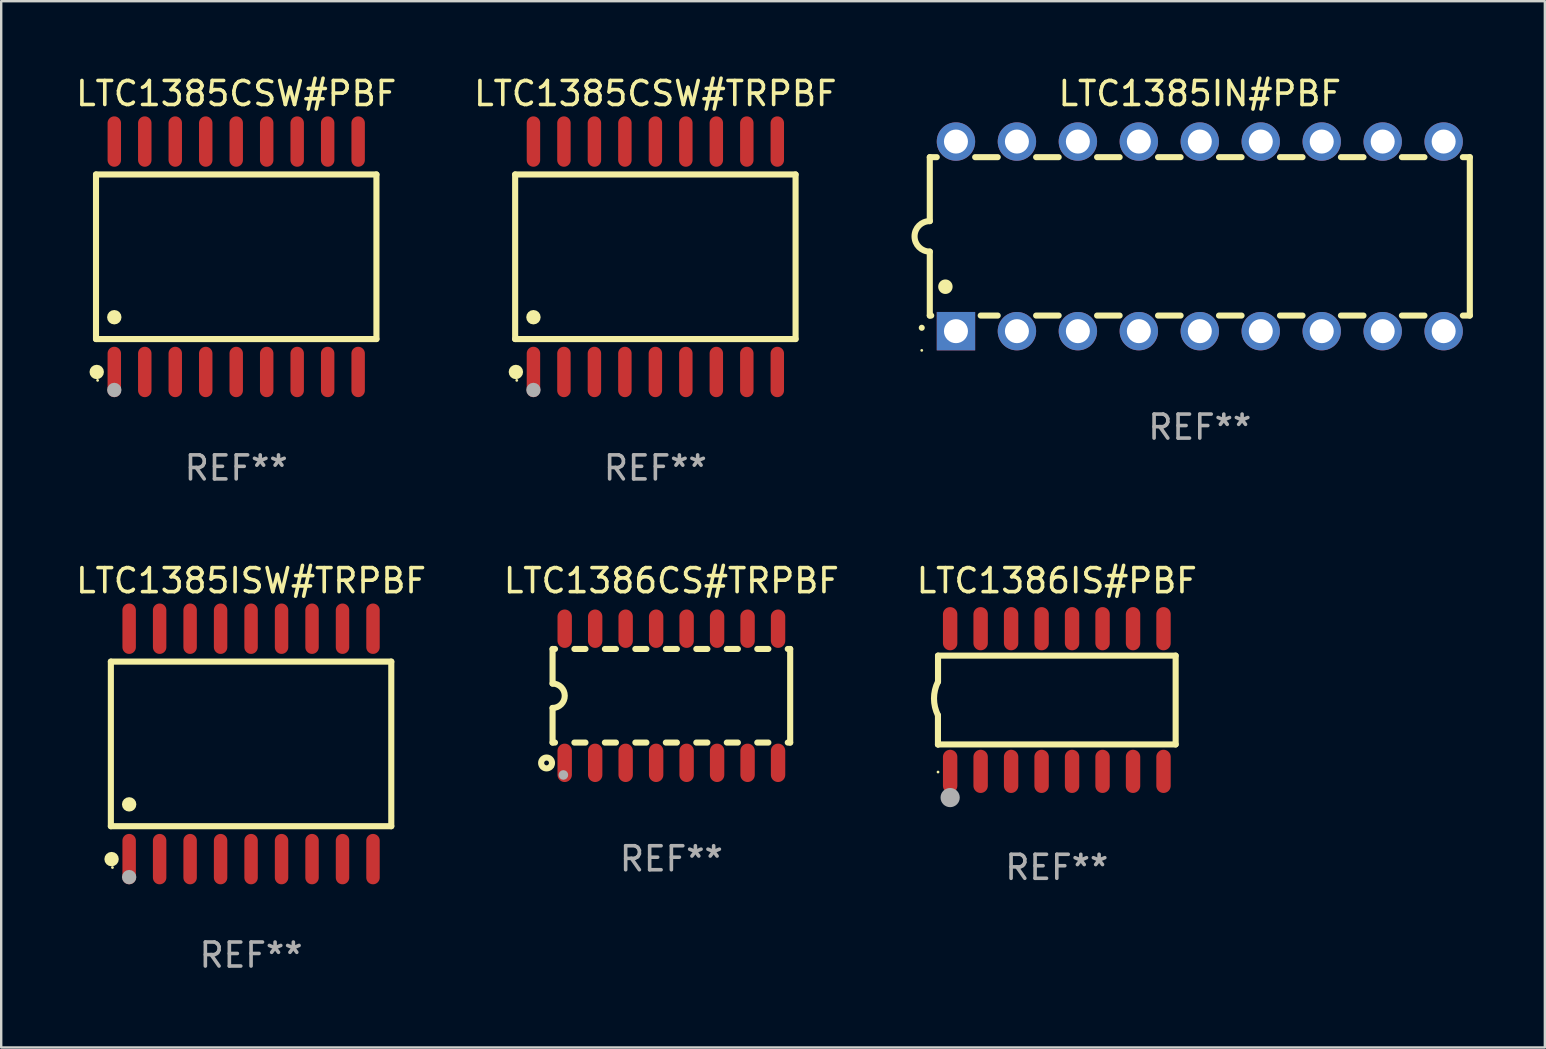
<source format=kicad_pcb>
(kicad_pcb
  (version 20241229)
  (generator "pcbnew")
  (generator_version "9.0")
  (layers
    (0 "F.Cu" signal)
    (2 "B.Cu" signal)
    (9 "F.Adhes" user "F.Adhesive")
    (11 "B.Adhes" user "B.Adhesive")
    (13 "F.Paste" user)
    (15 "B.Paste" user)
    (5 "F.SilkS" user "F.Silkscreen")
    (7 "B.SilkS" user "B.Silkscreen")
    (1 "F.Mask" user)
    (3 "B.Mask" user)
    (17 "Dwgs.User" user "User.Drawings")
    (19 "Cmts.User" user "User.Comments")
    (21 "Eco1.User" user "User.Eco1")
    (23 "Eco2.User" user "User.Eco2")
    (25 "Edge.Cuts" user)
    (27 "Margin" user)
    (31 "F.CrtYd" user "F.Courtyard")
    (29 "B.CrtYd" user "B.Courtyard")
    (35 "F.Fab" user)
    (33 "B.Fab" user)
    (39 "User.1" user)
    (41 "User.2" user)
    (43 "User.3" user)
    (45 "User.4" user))
  (footprint "LTC1386CS#TRPBF"
    (layer "F.Cu")
    (at 24.923 25.939)
    (property "Reference" "LTC1386CS#TRPBF" (at 0 -4.794 0) (layer "F.SilkS") (effects (font (size 1 1) (thickness 0.15))))
    (attr through_hole)
    (fp_line (start -4.95 -1.95) (end -4.95 -0.508) (stroke (width 0.254) (type solid)) (layer "F.SilkS"))
    (fp_line (start -4.95 -1.95) (end -4.849 -1.95) (stroke (width 0.254) (type solid)) (layer "F.SilkS"))
    (fp_line (start -4.95 1.95) (end -4.95 0.508) (stroke (width 0.254) (type solid)) (layer "F.SilkS"))
    (fp_line (start -4.95 1.95) (end -4.849 1.95) (stroke (width 0.254) (type solid)) (layer "F.SilkS"))
    (fp_line (start -4.041 -1.95) (end -3.579 -1.95) (stroke (width 0.254) (type solid)) (layer "F.SilkS"))
    (fp_line (start -4.041 1.95) (end -3.579 1.95) (stroke (width 0.254) (type solid)) (layer "F.SilkS"))
    (fp_line (start -2.771 -1.95) (end -2.309 -1.95) (stroke (width 0.254) (type solid)) (layer "F.SilkS"))
    (fp_line (start -2.771 1.95) (end -2.309 1.95) (stroke (width 0.254) (type solid)) (layer "F.SilkS"))
    (fp_line (start -1.501 -1.95) (end -1.039 -1.95) (stroke (width 0.254) (type solid)) (layer "F.SilkS"))
    (fp_line (start -1.501 1.95) (end -1.039 1.95) (stroke (width 0.254) (type solid)) (layer "F.SilkS"))
    (fp_line (start -0.231 -1.95) (end 0.231 -1.95) (stroke (width 0.254) (type solid)) (layer "F.SilkS"))
    (fp_line (start -0.231 1.95) (end 0.231 1.95) (stroke (width 0.254) (type solid)) (layer "F.SilkS"))
    (fp_line (start 1.039 -1.95) (end 1.501 -1.95) (stroke (width 0.254) (type solid)) (layer "F.SilkS"))
    (fp_line (start 1.039 1.95) (end 1.501 1.95) (stroke (width 0.254) (type solid)) (layer "F.SilkS"))
    (fp_line (start 2.309 -1.95) (end 2.771 -1.95) (stroke (width 0.254) (type solid)) (layer "F.SilkS"))
    (fp_line (start 2.309 1.95) (end 2.771 1.95) (stroke (width 0.254) (type solid)) (layer "F.SilkS"))
    (fp_line (start 3.579 -1.95) (end 4.041 -1.95) (stroke (width 0.254) (type solid)) (layer "F.SilkS"))
    (fp_line (start 3.579 1.95) (end 4.041 1.95) (stroke (width 0.254) (type solid)) (layer "F.SilkS"))
    (fp_line (start 4.849 -1.95) (end 4.95 -1.95) (stroke (width 0.254) (type solid)) (layer "F.SilkS"))
    (fp_line (start 4.849 1.95) (end 4.95 1.95) (stroke (width 0.254) (type solid)) (layer "F.SilkS"))
    (fp_line (start 4.95 -1.95) (end 4.95 1.95) (stroke (width 0.254) (type solid)) (layer "F.SilkS"))
    (fp_arc (start -4.95047 -0.508001) (mid -4.442469 -0.000228) (end -4.950013 0.508001) (stroke (width 0.254001) (type solid)) (layer "F.SilkS"))
    (fp_circle (center -5.2 2.8) (end -5.1 2.8) (stroke (width 0.254) (type solid)) (fill no) (layer "F.SilkS"))
    (fp_circle (center -4.95 2.947) (end -4.92 2.947) (stroke (width 0.06) (type solid)) (fill no) (layer "F.SilkS"))
    (fp_circle (center -4.5 3.3) (end -4.4 3.3) (stroke (width 0.2) (type solid)) (fill no) (layer "F.Fab"))
    (fp_text user "REF**" (at 0 6.794 0) (layer "F.Fab") (effects (font (size 1 1) (thickness 0.15))))
    (pad "1" smd oval (at -4.445 2.794) (size 0.6 1.6) (layers "F.Cu" "F.Mask" "F.Paste"))
    (pad "2" smd oval (at -3.175 2.794) (size 0.6 1.6) (layers "F.Cu" "F.Mask" "F.Paste"))
    (pad "3" smd oval (at -1.905 2.794) (size 0.6 1.6) (layers "F.Cu" "F.Mask" "F.Paste"))
    (pad "4" smd oval (at -0.635 2.794) (size 0.6 1.6) (layers "F.Cu" "F.Mask" "F.Paste"))
    (pad "5" smd oval (at 0.635 2.794) (size 0.6 1.6) (layers "F.Cu" "F.Mask" "F.Paste"))
    (pad "6" smd oval (at 1.905 2.794) (size 0.6 1.6) (layers "F.Cu" "F.Mask" "F.Paste"))
    (pad "7" smd oval (at 3.175 2.794) (size 0.6 1.6) (layers "F.Cu" "F.Mask" "F.Paste"))
    (pad "8" smd oval (at 4.445 2.794) (size 0.6 1.6) (layers "F.Cu" "F.Mask" "F.Paste"))
    (pad "9" smd oval (at 4.445 -2.794) (size 0.6 1.6) (layers "F.Cu" "F.Mask" "F.Paste"))
    (pad "10" smd oval (at 3.175 -2.794) (size 0.6 1.6) (layers "F.Cu" "F.Mask" "F.Paste"))
    (pad "11" smd oval (at 1.905 -2.794) (size 0.6 1.6) (layers "F.Cu" "F.Mask" "F.Paste"))
    (pad "12" smd oval (at 0.635 -2.794) (size 0.6 1.6) (layers "F.Cu" "F.Mask" "F.Paste"))
    (pad "13" smd oval (at -0.635 -2.794) (size 0.6 1.6) (layers "F.Cu" "F.Mask" "F.Paste"))
    (pad "14" smd oval (at -1.905 -2.794) (size 0.6 1.6) (layers "F.Cu" "F.Mask" "F.Paste"))
    (pad "15" smd oval (at -3.175 -2.794) (size 0.6 1.6) (layers "F.Cu" "F.Mask" "F.Paste"))
    (pad "16" smd oval (at -4.445 -2.794) (size 0.6 1.6) (layers "F.Cu" "F.Mask" "F.Paste")))
  (footprint "LTC1385ISW#TRPBF"
    (layer "F.Cu")
    (at 7.411 27.945)
    (property "Reference" "LTC1385ISW#TRPBF" (at 0 -6.8 0) (layer "F.SilkS") (effects (font (size 1 1) (thickness 0.15))))
    (attr through_hole)
    (fp_line (start -5.842 -3.429) (end -5.842 3.429) (stroke (width 0.254) (type solid)) (layer "F.SilkS"))
    (fp_line (start -5.842 3.429) (end 5.842 3.429) (stroke (width 0.254) (type solid)) (layer "F.SilkS"))
    (fp_line (start 5.842 -3.429) (end -5.842 -3.429) (stroke (width 0.254) (type solid)) (layer "F.SilkS"))
    (fp_line (start 5.842 3.429) (end 5.842 -3.429) (stroke (width 0.254) (type solid)) (layer "F.SilkS"))
    (fp_circle (center -5.812 4.8) (end -5.662 4.8) (stroke (width 0.3) (type solid)) (fill no) (layer "F.SilkS"))
    (fp_circle (center -5.775 5.15) (end -5.745 5.15) (stroke (width 0.06) (type solid)) (fill no) (layer "F.SilkS"))
    (fp_circle (center -5.08 2.519) (end -4.93 2.519) (stroke (width 0.3) (type solid)) (fill no) (layer "F.SilkS"))
    (fp_circle (center -5.08 5.55) (end -4.93 5.55) (stroke (width 0.3) (type solid)) (fill no) (layer "F.Fab"))
    (fp_text user "REF**" (at 0 8.8 0) (layer "F.Fab") (effects (font (size 1 1) (thickness 0.15))))
    (pad "1" smd oval (at -5.08 4.8) (size 0.56 2.1) (layers "F.Cu" "F.Mask" "F.Paste"))
    (pad "2" smd oval (at -3.81 4.8) (size 0.56 2.1) (layers "F.Cu" "F.Mask" "F.Paste"))
    (pad "3" smd oval (at -2.54 4.8) (size 0.56 2.1) (layers "F.Cu" "F.Mask" "F.Paste"))
    (pad "4" smd oval (at -1.27 4.8) (size 0.56 2.1) (layers "F.Cu" "F.Mask" "F.Paste"))
    (pad "5" smd oval (at 0 4.8) (size 0.56 2.1) (layers "F.Cu" "F.Mask" "F.Paste"))
    (pad "6" smd oval (at 1.27 4.8) (size 0.56 2.1) (layers "F.Cu" "F.Mask" "F.Paste"))
    (pad "7" smd oval (at 2.54 4.8) (size 0.56 2.1) (layers "F.Cu" "F.Mask" "F.Paste"))
    (pad "8" smd oval (at 3.81 4.8) (size 0.56 2.1) (layers "F.Cu" "F.Mask" "F.Paste"))
    (pad "9" smd oval (at 5.08 4.8) (size 0.56 2.1) (layers "F.Cu" "F.Mask" "F.Paste"))
    (pad "10" smd oval (at 5.08 -4.8) (size 0.56 2.1) (layers "F.Cu" "F.Mask" "F.Paste"))
    (pad "11" smd oval (at 3.81 -4.8) (size 0.56 2.1) (layers "F.Cu" "F.Mask" "F.Paste"))
    (pad "12" smd oval (at 2.54 -4.8) (size 0.56 2.1) (layers "F.Cu" "F.Mask" "F.Paste"))
    (pad "13" smd oval (at 1.27 -4.8) (size 0.56 2.1) (layers "F.Cu" "F.Mask" "F.Paste"))
    (pad "14" smd oval (at 0 -4.8) (size 0.56 2.1) (layers "F.Cu" "F.Mask" "F.Paste"))
    (pad "15" smd oval (at -1.27 -4.8) (size 0.56 2.1) (layers "F.Cu" "F.Mask" "F.Paste"))
    (pad "16" smd oval (at -2.54 -4.8) (size 0.56 2.1) (layers "F.Cu" "F.Mask" "F.Paste"))
    (pad "17" smd oval (at -3.81 -4.8) (size 0.56 2.1) (layers "F.Cu" "F.Mask" "F.Paste"))
    (pad "18" smd oval (at -5.08 -4.8) (size 0.56 2.1) (layers "F.Cu" "F.Mask" "F.Paste")))
  (footprint "LTC1385CSW#TRPBF"
    (layer "F.Cu")
    (at 24.256 7.648)
    (property "Reference" "LTC1385CSW#TRPBF" (at 0 -6.8 0) (layer "F.SilkS") (effects (font (size 1 1) (thickness 0.15))))
    (attr through_hole)
    (fp_line (start -5.842 -3.429) (end -5.842 3.429) (stroke (width 0.254) (type solid)) (layer "F.SilkS"))
    (fp_line (start -5.842 3.429) (end 5.842 3.429) (stroke (width 0.254) (type solid)) (layer "F.SilkS"))
    (fp_line (start 5.842 -3.429) (end -5.842 -3.429) (stroke (width 0.254) (type solid)) (layer "F.SilkS"))
    (fp_line (start 5.842 3.429) (end 5.842 -3.429) (stroke (width 0.254) (type solid)) (layer "F.SilkS"))
    (fp_circle (center -5.812 4.8) (end -5.662 4.8) (stroke (width 0.3) (type solid)) (fill no) (layer "F.SilkS"))
    (fp_circle (center -5.775 5.15) (end -5.745 5.15) (stroke (width 0.06) (type solid)) (fill no) (layer "F.SilkS"))
    (fp_circle (center -5.08 2.519) (end -4.93 2.519) (stroke (width 0.3) (type solid)) (fill no) (layer "F.SilkS"))
    (fp_circle (center -5.08 5.55) (end -4.93 5.55) (stroke (width 0.3) (type solid)) (fill no) (layer "F.Fab"))
    (fp_text user "REF**" (at 0 8.8 0) (layer "F.Fab") (effects (font (size 1 1) (thickness 0.15))))
    (pad "1" smd oval (at -5.08 4.8) (size 0.56 2.1) (layers "F.Cu" "F.Mask" "F.Paste"))
    (pad "2" smd oval (at -3.81 4.8) (size 0.56 2.1) (layers "F.Cu" "F.Mask" "F.Paste"))
    (pad "3" smd oval (at -2.54 4.8) (size 0.56 2.1) (layers "F.Cu" "F.Mask" "F.Paste"))
    (pad "4" smd oval (at -1.27 4.8) (size 0.56 2.1) (layers "F.Cu" "F.Mask" "F.Paste"))
    (pad "5" smd oval (at 0 4.8) (size 0.56 2.1) (layers "F.Cu" "F.Mask" "F.Paste"))
    (pad "6" smd oval (at 1.27 4.8) (size 0.56 2.1) (layers "F.Cu" "F.Mask" "F.Paste"))
    (pad "7" smd oval (at 2.54 4.8) (size 0.56 2.1) (layers "F.Cu" "F.Mask" "F.Paste"))
    (pad "8" smd oval (at 3.81 4.8) (size 0.56 2.1) (layers "F.Cu" "F.Mask" "F.Paste"))
    (pad "9" smd oval (at 5.08 4.8) (size 0.56 2.1) (layers "F.Cu" "F.Mask" "F.Paste"))
    (pad "10" smd oval (at 5.08 -4.8) (size 0.56 2.1) (layers "F.Cu" "F.Mask" "F.Paste"))
    (pad "11" smd oval (at 3.81 -4.8) (size 0.56 2.1) (layers "F.Cu" "F.Mask" "F.Paste"))
    (pad "12" smd oval (at 2.54 -4.8) (size 0.56 2.1) (layers "F.Cu" "F.Mask" "F.Paste"))
    (pad "13" smd oval (at 1.27 -4.8) (size 0.56 2.1) (layers "F.Cu" "F.Mask" "F.Paste"))
    (pad "14" smd oval (at 0 -4.8) (size 0.56 2.1) (layers "F.Cu" "F.Mask" "F.Paste"))
    (pad "15" smd oval (at -1.27 -4.8) (size 0.56 2.1) (layers "F.Cu" "F.Mask" "F.Paste"))
    (pad "16" smd oval (at -2.54 -4.8) (size 0.56 2.1) (layers "F.Cu" "F.Mask" "F.Paste"))
    (pad "17" smd oval (at -3.81 -4.8) (size 0.56 2.1) (layers "F.Cu" "F.Mask" "F.Paste"))
    (pad "18" smd oval (at -5.08 -4.8) (size 0.56 2.1) (layers "F.Cu" "F.Mask" "F.Paste")))
  (footprint "LTC1385CSW#PBF"
    (layer "F.Cu")
    (at 6.792 7.648)
    (property "Reference" "LTC1385CSW#PBF" (at 0 -6.8 0) (layer "F.SilkS") (effects (font (size 1 1) (thickness 0.15))))
    (attr through_hole)
    (fp_line (start -5.842 -3.429) (end -5.842 3.429) (stroke (width 0.254) (type solid)) (layer "F.SilkS"))
    (fp_line (start -5.842 3.429) (end 5.842 3.429) (stroke (width 0.254) (type solid)) (layer "F.SilkS"))
    (fp_line (start 5.842 -3.429) (end -5.842 -3.429) (stroke (width 0.254) (type solid)) (layer "F.SilkS"))
    (fp_line (start 5.842 3.429) (end 5.842 -3.429) (stroke (width 0.254) (type solid)) (layer "F.SilkS"))
    (fp_circle (center -5.812 4.8) (end -5.662 4.8) (stroke (width 0.3) (type solid)) (fill no) (layer "F.SilkS"))
    (fp_circle (center -5.775 5.15) (end -5.745 5.15) (stroke (width 0.06) (type solid)) (fill no) (layer "F.SilkS"))
    (fp_circle (center -5.08 2.519) (end -4.93 2.519) (stroke (width 0.3) (type solid)) (fill no) (layer "F.SilkS"))
    (fp_circle (center -5.08 5.55) (end -4.93 5.55) (stroke (width 0.3) (type solid)) (fill no) (layer "F.Fab"))
    (fp_text user "REF**" (at 0 8.8 0) (layer "F.Fab") (effects (font (size 1 1) (thickness 0.15))))
    (pad "1" smd oval (at -5.08 4.8) (size 0.56 2.1) (layers "F.Cu" "F.Mask" "F.Paste"))
    (pad "2" smd oval (at -3.81 4.8) (size 0.56 2.1) (layers "F.Cu" "F.Mask" "F.Paste"))
    (pad "3" smd oval (at -2.54 4.8) (size 0.56 2.1) (layers "F.Cu" "F.Mask" "F.Paste"))
    (pad "4" smd oval (at -1.27 4.8) (size 0.56 2.1) (layers "F.Cu" "F.Mask" "F.Paste"))
    (pad "5" smd oval (at 0 4.8) (size 0.56 2.1) (layers "F.Cu" "F.Mask" "F.Paste"))
    (pad "6" smd oval (at 1.27 4.8) (size 0.56 2.1) (layers "F.Cu" "F.Mask" "F.Paste"))
    (pad "7" smd oval (at 2.54 4.8) (size 0.56 2.1) (layers "F.Cu" "F.Mask" "F.Paste"))
    (pad "8" smd oval (at 3.81 4.8) (size 0.56 2.1) (layers "F.Cu" "F.Mask" "F.Paste"))
    (pad "9" smd oval (at 5.08 4.8) (size 0.56 2.1) (layers "F.Cu" "F.Mask" "F.Paste"))
    (pad "10" smd oval (at 5.08 -4.8) (size 0.56 2.1) (layers "F.Cu" "F.Mask" "F.Paste"))
    (pad "11" smd oval (at 3.81 -4.8) (size 0.56 2.1) (layers "F.Cu" "F.Mask" "F.Paste"))
    (pad "12" smd oval (at 2.54 -4.8) (size 0.56 2.1) (layers "F.Cu" "F.Mask" "F.Paste"))
    (pad "13" smd oval (at 1.27 -4.8) (size 0.56 2.1) (layers "F.Cu" "F.Mask" "F.Paste"))
    (pad "14" smd oval (at 0 -4.8) (size 0.56 2.1) (layers "F.Cu" "F.Mask" "F.Paste"))
    (pad "15" smd oval (at -1.27 -4.8) (size 0.56 2.1) (layers "F.Cu" "F.Mask" "F.Paste"))
    (pad "16" smd oval (at -2.54 -4.8) (size 0.56 2.1) (layers "F.Cu" "F.Mask" "F.Paste"))
    (pad "17" smd oval (at -3.81 -4.8) (size 0.56 2.1) (layers "F.Cu" "F.Mask" "F.Paste"))
    (pad "18" smd oval (at -5.08 -4.8) (size 0.56 2.1) (layers "F.Cu" "F.Mask" "F.Paste")))
  (footprint "LTC1385IN#PBF"
    (layer "F.Cu")
    (at 46.94 6.798)
    (property "Reference" "LTC1385IN#PBF" (at 0 -5.95 0) (layer "F.SilkS") (effects (font (size 1 1) (thickness 0.15))))
    (attr through_hole)
    (fp_line (start -11.25 -3.3) (end -11.25 -0.635) (stroke (width 0.254) (type solid)) (layer "F.SilkS"))
    (fp_line (start -11.25 -3.3) (end -10.96 -3.3) (stroke (width 0.254) (type solid)) (layer "F.SilkS"))
    (fp_line (start -11.25 3.3) (end -11.25 0.635) (stroke (width 0.254) (type solid)) (layer "F.SilkS"))
    (fp_line (start -11.25 3.3) (end -11.191 3.3) (stroke (width 0.254) (type solid)) (layer "F.SilkS"))
    (fp_line (start -9.36 -3.3) (end -8.42 -3.3) (stroke (width 0.254) (type solid)) (layer "F.SilkS"))
    (fp_line (start -9.129 3.3) (end -8.42 3.3) (stroke (width 0.254) (type solid)) (layer "F.SilkS"))
    (fp_line (start -6.82 -3.3) (end -5.88 -3.3) (stroke (width 0.254) (type solid)) (layer "F.SilkS"))
    (fp_line (start -6.82 3.3) (end -5.88 3.3) (stroke (width 0.254) (type solid)) (layer "F.SilkS"))
    (fp_line (start -4.28 -3.3) (end -3.34 -3.3) (stroke (width 0.254) (type solid)) (layer "F.SilkS"))
    (fp_line (start -4.28 3.3) (end -3.34 3.3) (stroke (width 0.254) (type solid)) (layer "F.SilkS"))
    (fp_line (start -1.74 -3.3) (end -0.8 -3.3) (stroke (width 0.254) (type solid)) (layer "F.SilkS"))
    (fp_line (start -1.74 3.3) (end -0.8 3.3) (stroke (width 0.254) (type solid)) (layer "F.SilkS"))
    (fp_line (start 0.8 -3.3) (end 1.74 -3.3) (stroke (width 0.254) (type solid)) (layer "F.SilkS"))
    (fp_line (start 0.8 3.3) (end 1.74 3.3) (stroke (width 0.254) (type solid)) (layer "F.SilkS"))
    (fp_line (start 3.34 -3.3) (end 4.28 -3.3) (stroke (width 0.254) (type solid)) (layer "F.SilkS"))
    (fp_line (start 3.34 3.3) (end 4.28 3.3) (stroke (width 0.254) (type solid)) (layer "F.SilkS"))
    (fp_line (start 5.88 -3.3) (end 6.82 -3.3) (stroke (width 0.254) (type solid)) (layer "F.SilkS"))
    (fp_line (start 5.88 3.3) (end 6.82 3.3) (stroke (width 0.254) (type solid)) (layer "F.SilkS"))
    (fp_line (start 8.42 -3.3) (end 9.36 -3.3) (stroke (width 0.254) (type solid)) (layer "F.SilkS"))
    (fp_line (start 8.42 3.3) (end 9.36 3.3) (stroke (width 0.254) (type solid)) (layer "F.SilkS"))
    (fp_line (start 10.96 -3.3) (end 11.25 -3.3) (stroke (width 0.254) (type solid)) (layer "F.SilkS"))
    (fp_line (start 10.96 3.3) (end 11.25 3.3) (stroke (width 0.254) (type solid)) (layer "F.SilkS"))
    (fp_line (start 11.25 -3.3) (end 11.25 3.3) (stroke (width 0.254) (type solid)) (layer "F.SilkS"))
    (fp_arc (start -11.584963 3.810008) (mid -11.58497 3.808738) (end -11.584963 3.807468) (stroke (width 0.25) (type solid)) (layer "F.SilkS"))
    (fp_arc (start -11.250013 0.635001) (mid -11.884684 -0.000165) (end -11.249683 -0.635001) (stroke (width 0.254001) (type solid)) (layer "F.SilkS"))
    (fp_arc (start -10.600025 2.1) (mid -10.600036 2.09746) (end -10.600025 2.09492) (stroke (width 0.6) (type solid)) (layer "F.SilkS"))
    (fp_circle (center -11.585 4.75) (end -11.555 4.75) (stroke (width 0.06) (type solid)) (fill no) (layer "F.SilkS"))
    (fp_text user "REF**" (at 0 7.95 0) (layer "F.Fab") (effects (font (size 1 1) (thickness 0.15))))
    (pad "1" thru_hole rect (at -10.16 3.95 90) (size 1.6 1.6) (drill 1) (layers "*.Cu" "*.Mask"))
    (pad "2" thru_hole circle (at -7.62 3.95 90) (size 1.6 1.6) (drill 1) (layers "*.Cu" "*.Mask"))
    (pad "3" thru_hole circle (at -5.08 3.95 90) (size 1.6 1.6) (drill 1) (layers "*.Cu" "*.Mask"))
    (pad "4" thru_hole circle (at -2.54 3.95 90) (size 1.6 1.6) (drill 1) (layers "*.Cu" "*.Mask"))
    (pad "5" thru_hole circle (at 0 3.95 90) (size 1.6 1.6) (drill 1) (layers "*.Cu" "*.Mask"))
    (pad "6" thru_hole circle (at 2.54 3.95 90) (size 1.6 1.6) (drill 1) (layers "*.Cu" "*.Mask"))
    (pad "7" thru_hole circle (at 5.08 3.95 90) (size 1.6 1.6) (drill 1) (layers "*.Cu" "*.Mask"))
    (pad "8" thru_hole circle (at 7.62 3.95 90) (size 1.6 1.6) (drill 1) (layers "*.Cu" "*.Mask"))
    (pad "9" thru_hole circle (at 10.16 3.95 90) (size 1.6 1.6) (drill 1) (layers "*.Cu" "*.Mask"))
    (pad "10" thru_hole circle (at 10.16 -3.95 90) (size 1.6 1.6) (drill 1) (layers "*.Cu" "*.Mask"))
    (pad "11" thru_hole circle (at 7.62 -3.95 90) (size 1.6 1.6) (drill 1) (layers "*.Cu" "*.Mask"))
    (pad "12" thru_hole circle (at 5.08 -3.95 90) (size 1.6 1.6) (drill 1) (layers "*.Cu" "*.Mask"))
    (pad "13" thru_hole circle (at 2.54 -3.95 90) (size 1.6 1.6) (drill 1) (layers "*.Cu" "*.Mask"))
    (pad "14" thru_hole circle (at 0 -3.95 90) (size 1.6 1.6) (drill 1) (layers "*.Cu" "*.Mask"))
    (pad "15" thru_hole circle (at -2.54 -3.95 90) (size 1.6 1.6) (drill 1) (layers "*.Cu" "*.Mask"))
    (pad "16" thru_hole circle (at -5.08 -3.95 90) (size 1.6 1.6) (drill 1) (layers "*.Cu" "*.Mask"))
    (pad "17" thru_hole circle (at -7.62 -3.95 90) (size 1.6 1.6) (drill 1) (layers "*.Cu" "*.Mask"))
    (pad "18" thru_hole circle (at -10.16 -3.95 90) (size 1.6 1.6) (drill 1) (layers "*.Cu" "*.Mask")))
  (footprint "LTC1386IS#PBF"
    (layer "F.Cu")
    (at 40.982 26.117)
    (property "Reference" "LTC1386IS#PBF" (at 0 -4.972 0) (layer "F.SilkS") (effects (font (size 1 1) (thickness 0.15))))
    (attr through_hole)
    (fp_line (start -4.952 0.635) (end -4.952 1.85) (stroke (width 0.254) (type solid)) (layer "F.SilkS"))
    (fp_line (start -4.952 1.85) (end -4.949 1.85) (stroke (width 0.254) (type solid)) (layer "F.SilkS"))
    (fp_line (start -4.949 -1.85) (end -4.949 -0.762) (stroke (width 0.254) (type solid)) (layer "F.SilkS"))
    (fp_line (start -4.949 1.85) (end 4.952 1.85) (stroke (width 0.254) (type solid)) (layer "F.SilkS"))
    (fp_line (start 4.952 -1.85) (end -4.949 -1.85) (stroke (width 0.254) (type solid)) (layer "F.SilkS"))
    (fp_line (start 4.952 1.85) (end 4.952 -1.85) (stroke (width 0.254) (type solid)) (layer "F.SilkS"))
    (fp_arc (start -4.951524 0.635001) (mid -5.116418 -0.0635) (end -4.951524 -0.762002) (stroke (width 0.254001) (type solid)) (layer "F.SilkS"))
    (fp_circle (center -4.949 3) (end -4.919 3) (stroke (width 0.06) (type solid)) (fill no) (layer "F.SilkS"))
    (fp_circle (center -4.444 4.064) (end -4.244 4.064) (stroke (width 0.4) (type solid)) (fill no) (layer "F.Fab"))
    (fp_text user "REF**" (at 0 6.972 0) (layer "F.Fab") (effects (font (size 1 1) (thickness 0.15))))
    (pad "1" smd oval (at -4.444 2.972 180) (size 0.6 1.8) (layers "F.Cu" "F.Mask" "F.Paste"))
    (pad "2" smd oval (at -3.174 2.972 180) (size 0.6 1.8) (layers "F.Cu" "F.Mask" "F.Paste"))
    (pad "3" smd oval (at -1.904 2.972 180) (size 0.6 1.8) (layers "F.Cu" "F.Mask" "F.Paste"))
    (pad "4" smd oval (at -0.634 2.972 180) (size 0.6 1.8) (layers "F.Cu" "F.Mask" "F.Paste"))
    (pad "5" smd oval (at 0.636 2.972 180) (size 0.6 1.8) (layers "F.Cu" "F.Mask" "F.Paste"))
    (pad "6" smd oval (at 1.906 2.972 180) (size 0.6 1.8) (layers "F.Cu" "F.Mask" "F.Paste"))
    (pad "7" smd oval (at 3.176 2.972 180) (size 0.6 1.8) (layers "F.Cu" "F.Mask" "F.Paste"))
    (pad "8" smd oval (at 4.446 2.972 180) (size 0.6 1.8) (layers "F.Cu" "F.Mask" "F.Paste"))
    (pad "9" smd oval (at 4.446 -2.972 180) (size 0.6 1.8) (layers "F.Cu" "F.Mask" "F.Paste"))
    (pad "10" smd oval (at 3.176 -2.972 180) (size 0.6 1.8) (layers "F.Cu" "F.Mask" "F.Paste"))
    (pad "11" smd oval (at 1.906 -2.972 180) (size 0.6 1.8) (layers "F.Cu" "F.Mask" "F.Paste"))
    (pad "12" smd oval (at 0.636 -2.972 180) (size 0.6 1.8) (layers "F.Cu" "F.Mask" "F.Paste"))
    (pad "13" smd oval (at -0.634 -2.972 180) (size 0.6 1.8) (layers "F.Cu" "F.Mask" "F.Paste"))
    (pad "14" smd oval (at -1.904 -2.972 180) (size 0.6 1.8) (layers "F.Cu" "F.Mask" "F.Paste"))
    (pad "15" smd oval (at -3.174 -2.972 180) (size 0.6 1.8) (layers "F.Cu" "F.Mask" "F.Paste"))
    (pad "16" smd oval (at -4.444 -2.972 180) (size 0.6 1.8) (layers "F.Cu" "F.Mask" "F.Paste")))
  (gr_rect
    (start -3 -3)
    (end 61.317 40.593)
    (stroke (width 0.1) (type default))
    (fill no)
    (layer "Edge.Cuts")))
</source>
